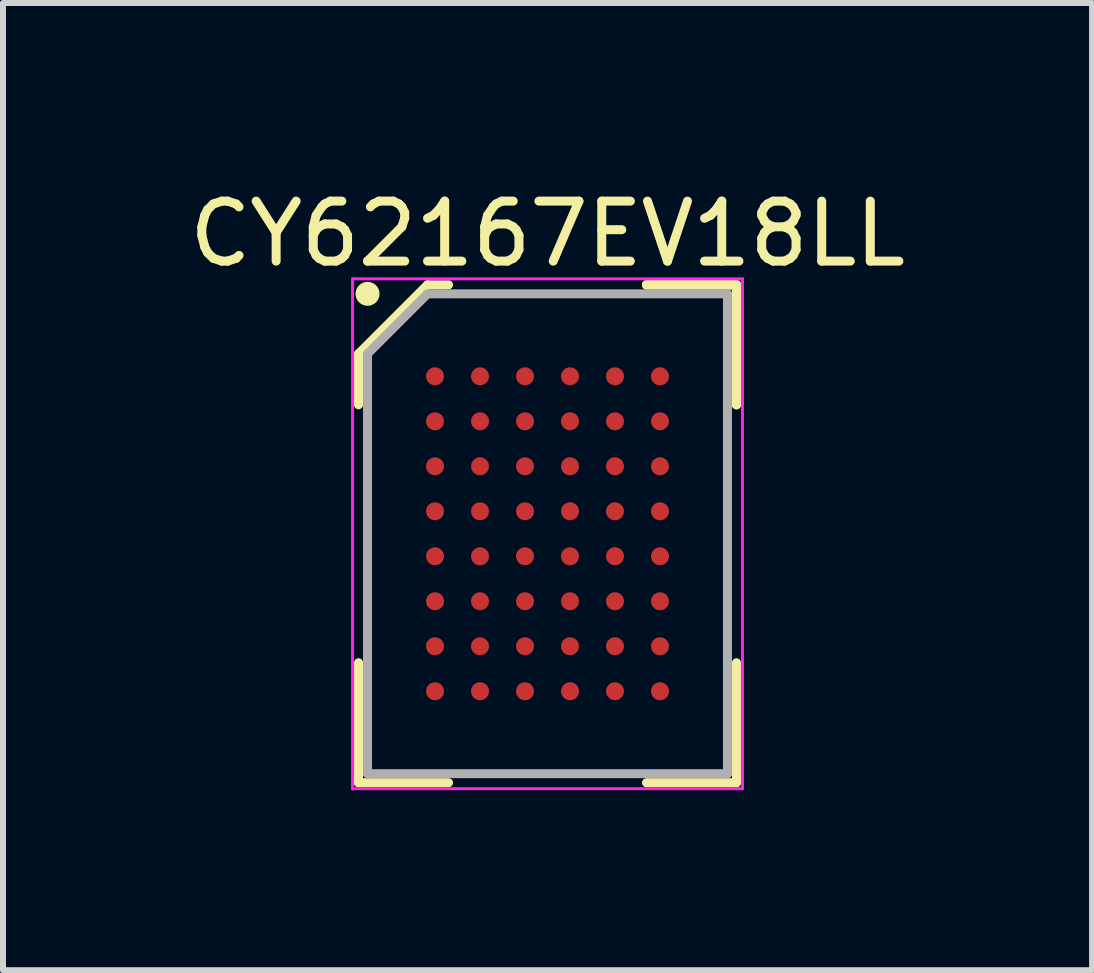
<source format=kicad_pcb>
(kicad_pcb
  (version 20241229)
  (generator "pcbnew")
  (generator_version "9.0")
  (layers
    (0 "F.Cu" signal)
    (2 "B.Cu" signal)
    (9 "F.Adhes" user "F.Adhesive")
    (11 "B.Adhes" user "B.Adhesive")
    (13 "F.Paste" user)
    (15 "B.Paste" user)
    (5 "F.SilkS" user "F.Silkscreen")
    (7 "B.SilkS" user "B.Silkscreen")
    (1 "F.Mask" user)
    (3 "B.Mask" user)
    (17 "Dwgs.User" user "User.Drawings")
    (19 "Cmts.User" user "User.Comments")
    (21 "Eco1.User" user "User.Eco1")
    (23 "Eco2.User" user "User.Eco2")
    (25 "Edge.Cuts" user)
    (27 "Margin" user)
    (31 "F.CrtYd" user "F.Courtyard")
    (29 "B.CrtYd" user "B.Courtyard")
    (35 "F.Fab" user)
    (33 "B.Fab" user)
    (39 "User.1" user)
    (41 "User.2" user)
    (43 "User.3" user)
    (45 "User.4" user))
  (footprint "CY62167EV18LL"
    (layer "F.Cu")
    (at 6.077 5.848)
    (property "Reference" "CY62167EV18LL" (at 0 -5 0) (layer "F.SilkS") (effects (font (size 1 1) (thickness 0.15))))
    (attr smd)
    (fp_line (start -3.15 -3) (end -3.15 -2.15) (stroke (width 0.15) (type solid)) (layer "F.SilkS"))
    (fp_line (start -3.15 4.15) (end -3.15 2.15) (stroke (width 0.15) (type solid)) (layer "F.SilkS"))
    (fp_line (start -2 -4.15) (end -3.15 -3) (stroke (width 0.15) (type solid)) (layer "F.SilkS"))
    (fp_line (start -1.65 -4.15) (end -2 -4.15) (stroke (width 0.15) (type solid)) (layer "F.SilkS"))
    (fp_line (start -1.65 4.15) (end -3.15 4.15) (stroke (width 0.15) (type solid)) (layer "F.SilkS"))
    (fp_line (start 1.65 -4.15) (end 3.15 -4.15) (stroke (width 0.15) (type solid)) (layer "F.SilkS"))
    (fp_line (start 1.65 -4.15) (end 3.15 -4.15) (stroke (width 0.15) (type solid)) (layer "F.SilkS"))
    (fp_line (start 1.65 -4.15) (end 3.15 -4.15) (stroke (width 0.15) (type solid)) (layer "F.SilkS"))
    (fp_line (start 1.65 4.15) (end 3.15 4.15) (stroke (width 0.15) (type solid)) (layer "F.SilkS"))
    (fp_line (start 3.15 -4.15) (end 3.15 -2.15) (stroke (width 0.15) (type solid)) (layer "F.SilkS"))
    (fp_line (start 3.15 -4.15) (end 3.15 -2.15) (stroke (width 0.15) (type solid)) (layer "F.SilkS"))
    (fp_line (start 3.15 -4.15) (end 3.15 -2.15) (stroke (width 0.15) (type solid)) (layer "F.SilkS"))
    (fp_line (start 3.15 4.15) (end 3.15 2.15) (stroke (width 0.15) (type solid)) (layer "F.SilkS"))
    (fp_circle (center -3 -4) (end -3 -3.9) (stroke (width 0.2) (type solid)) (fill no) (layer "F.SilkS"))
    (fp_line (start -3.25 -4.25) (end 3.25 -4.25) (stroke (width 0.05) (type solid)) (layer "F.CrtYd"))
    (fp_line (start -3.25 4.25) (end -3.25 -4.25) (stroke (width 0.05) (type solid)) (layer "F.CrtYd"))
    (fp_line (start 3.25 -4.25) (end 3.25 4.25) (stroke (width 0.05) (type solid)) (layer "F.CrtYd"))
    (fp_line (start 3.25 4.25) (end -3.25 4.25) (stroke (width 0.05) (type solid)) (layer "F.CrtYd"))
    (fp_line (start -3 -3) (end -3 4) (stroke (width 0.15) (type solid)) (layer "F.Fab"))
    (fp_line (start -3 4) (end 3 4) (stroke (width 0.15) (type solid)) (layer "F.Fab"))
    (fp_line (start -2 -4) (end -3 -3) (stroke (width 0.15) (type solid)) (layer "F.Fab"))
    (fp_line (start 3 -4) (end -2 -4) (stroke (width 0.15) (type solid)) (layer "F.Fab"))
    (fp_line (start 3 4) (end 3 -4) (stroke (width 0.15) (type solid)) (layer "F.Fab"))
    (pad "A1" smd circle (at -1.875 -2.625) (size 0.3 0.3) (layers "F.Cu" "F.Mask" "F.Paste"))
    (pad "A2" smd circle (at -1.125 -2.625) (size 0.3 0.3) (layers "F.Cu" "F.Mask" "F.Paste"))
    (pad "A3" smd circle (at -0.375 -2.625) (size 0.3 0.3) (layers "F.Cu" "F.Mask" "F.Paste"))
    (pad "A4" smd circle (at 0.375 -2.625) (size 0.3 0.3) (layers "F.Cu" "F.Mask" "F.Paste"))
    (pad "A5" smd circle (at 1.125 -2.625) (size 0.3 0.3) (layers "F.Cu" "F.Mask" "F.Paste"))
    (pad "A6" smd circle (at 1.875 -2.625) (size 0.3 0.3) (layers "F.Cu" "F.Mask" "F.Paste"))
    (pad "B1" smd circle (at -1.875 -1.875) (size 0.3 0.3) (layers "F.Cu" "F.Mask" "F.Paste"))
    (pad "B2" smd circle (at -1.125 -1.875) (size 0.3 0.3) (layers "F.Cu" "F.Mask" "F.Paste"))
    (pad "B3" smd circle (at -0.375 -1.875) (size 0.3 0.3) (layers "F.Cu" "F.Mask" "F.Paste"))
    (pad "B4" smd circle (at 0.375 -1.875) (size 0.3 0.3) (layers "F.Cu" "F.Mask" "F.Paste"))
    (pad "B5" smd circle (at 1.125 -1.875) (size 0.3 0.3) (layers "F.Cu" "F.Mask" "F.Paste"))
    (pad "B6" smd circle (at 1.875 -1.875) (size 0.3 0.3) (layers "F.Cu" "F.Mask" "F.Paste"))
    (pad "C1" smd circle (at -1.875 -1.125) (size 0.3 0.3) (layers "F.Cu" "F.Mask" "F.Paste"))
    (pad "C2" smd circle (at -1.125 -1.125) (size 0.3 0.3) (layers "F.Cu" "F.Mask" "F.Paste"))
    (pad "C3" smd circle (at -0.375 -1.125) (size 0.3 0.3) (layers "F.Cu" "F.Mask" "F.Paste"))
    (pad "C4" smd circle (at 0.375 -1.125) (size 0.3 0.3) (layers "F.Cu" "F.Mask" "F.Paste"))
    (pad "C5" smd circle (at 1.125 -1.125) (size 0.3 0.3) (layers "F.Cu" "F.Mask" "F.Paste"))
    (pad "C6" smd circle (at 1.875 -1.125) (size 0.3 0.3) (layers "F.Cu" "F.Mask" "F.Paste"))
    (pad "D1" smd circle (at -1.875 -0.375) (size 0.3 0.3) (layers "F.Cu" "F.Mask" "F.Paste"))
    (pad "D2" smd circle (at -1.125 -0.375) (size 0.3 0.3) (layers "F.Cu" "F.Mask" "F.Paste"))
    (pad "D3" smd circle (at -0.375 -0.375) (size 0.3 0.3) (layers "F.Cu" "F.Mask" "F.Paste"))
    (pad "D4" smd circle (at 0.375 -0.375) (size 0.3 0.3) (layers "F.Cu" "F.Mask" "F.Paste"))
    (pad "D5" smd circle (at 1.125 -0.375) (size 0.3 0.3) (layers "F.Cu" "F.Mask" "F.Paste"))
    (pad "D6" smd circle (at 1.875 -0.375) (size 0.3 0.3) (layers "F.Cu" "F.Mask" "F.Paste"))
    (pad "E1" smd circle (at -1.875 0.375) (size 0.3 0.3) (layers "F.Cu" "F.Mask" "F.Paste"))
    (pad "E2" smd circle (at -1.125 0.375) (size 0.3 0.3) (layers "F.Cu" "F.Mask" "F.Paste"))
    (pad "E3" smd circle (at -0.375 0.375) (size 0.3 0.3) (layers "F.Cu" "F.Mask" "F.Paste"))
    (pad "E4" smd circle (at 0.375 0.375) (size 0.3 0.3) (layers "F.Cu" "F.Mask" "F.Paste"))
    (pad "E5" smd circle (at 1.125 0.375) (size 0.3 0.3) (layers "F.Cu" "F.Mask" "F.Paste"))
    (pad "E6" smd circle (at 1.875 0.375) (size 0.3 0.3) (layers "F.Cu" "F.Mask" "F.Paste"))
    (pad "F1" smd circle (at -1.875 1.125) (size 0.3 0.3) (layers "F.Cu" "F.Mask" "F.Paste"))
    (pad "F2" smd circle (at -1.125 1.125) (size 0.3 0.3) (layers "F.Cu" "F.Mask" "F.Paste"))
    (pad "F3" smd circle (at -0.375 1.125) (size 0.3 0.3) (layers "F.Cu" "F.Mask" "F.Paste"))
    (pad "F4" smd circle (at 0.375 1.125) (size 0.3 0.3) (layers "F.Cu" "F.Mask" "F.Paste"))
    (pad "F5" smd circle (at 1.125 1.125) (size 0.3 0.3) (layers "F.Cu" "F.Mask" "F.Paste"))
    (pad "F6" smd circle (at 1.875 1.125) (size 0.3 0.3) (layers "F.Cu" "F.Mask" "F.Paste"))
    (pad "G1" smd circle (at -1.875 1.875) (size 0.3 0.3) (layers "F.Cu" "F.Mask" "F.Paste"))
    (pad "G2" smd circle (at -1.125 1.875) (size 0.3 0.3) (layers "F.Cu" "F.Mask" "F.Paste"))
    (pad "G3" smd circle (at -0.375 1.875) (size 0.3 0.3) (layers "F.Cu" "F.Mask" "F.Paste"))
    (pad "G4" smd circle (at 0.375 1.875) (size 0.3 0.3) (layers "F.Cu" "F.Mask" "F.Paste"))
    (pad "G5" smd circle (at 1.125 1.875) (size 0.3 0.3) (layers "F.Cu" "F.Mask" "F.Paste"))
    (pad "G6" smd circle (at 1.875 1.875) (size 0.3 0.3) (layers "F.Cu" "F.Mask" "F.Paste"))
    (pad "H1" smd circle (at -1.875 2.625) (size 0.3 0.3) (layers "F.Cu" "F.Mask" "F.Paste"))
    (pad "H2" smd circle (at -1.125 2.625) (size 0.3 0.3) (layers "F.Cu" "F.Mask" "F.Paste"))
    (pad "H3" smd circle (at -0.375 2.625) (size 0.3 0.3) (layers "F.Cu" "F.Mask" "F.Paste"))
    (pad "H4" smd circle (at 0.375 2.625) (size 0.3 0.3) (layers "F.Cu" "F.Mask" "F.Paste"))
    (pad "H5" smd circle (at 1.125 2.625) (size 0.3 0.3) (layers "F.Cu" "F.Mask" "F.Paste"))
    (pad "H6" smd circle (at 1.875 2.625) (size 0.3 0.3) (layers "F.Cu" "F.Mask" "F.Paste")))
  (gr_rect
    (start -3 -3)
    (end 15.155 13.123)
    (stroke (width 0.1) (type default))
    (fill no)
    (layer "Edge.Cuts")))
</source>
